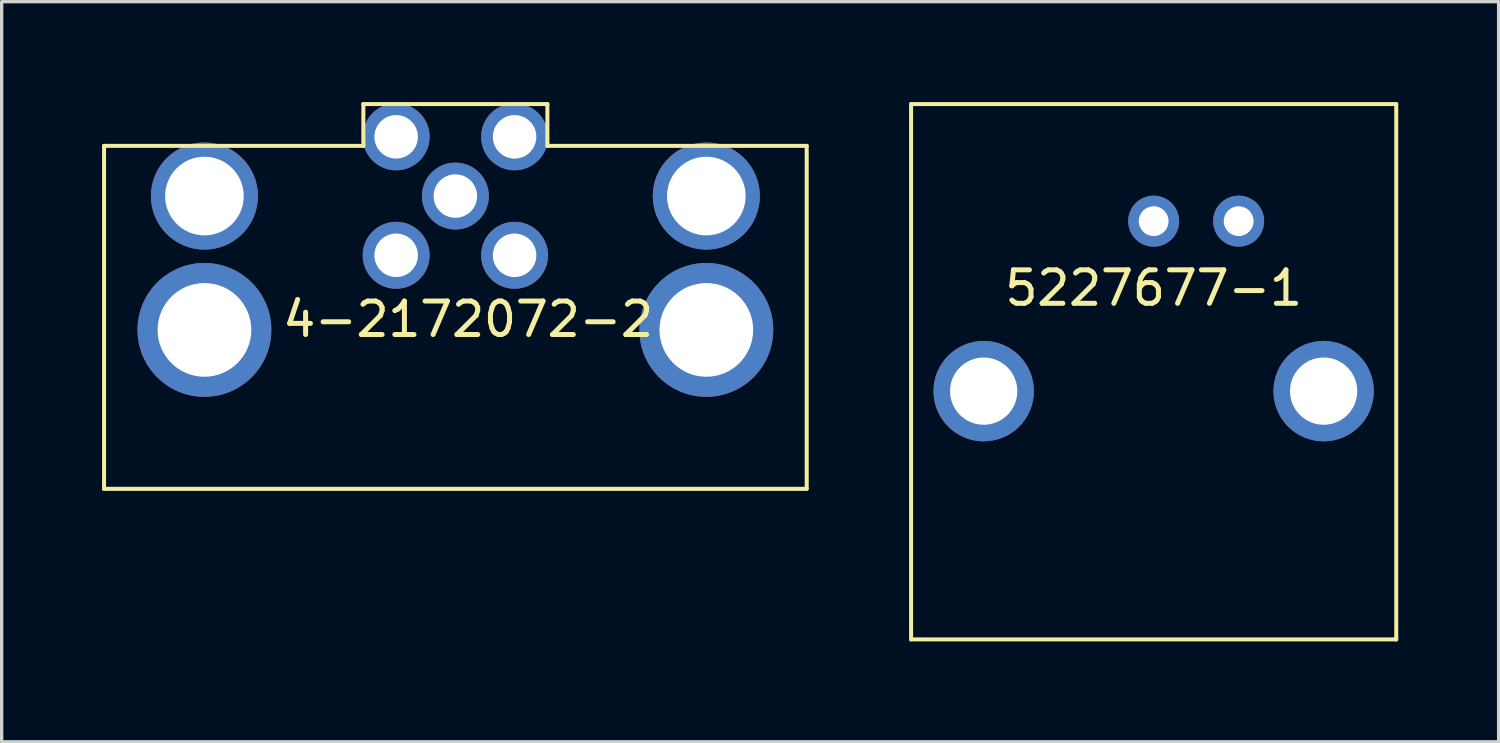
<source format=kicad_pcb>
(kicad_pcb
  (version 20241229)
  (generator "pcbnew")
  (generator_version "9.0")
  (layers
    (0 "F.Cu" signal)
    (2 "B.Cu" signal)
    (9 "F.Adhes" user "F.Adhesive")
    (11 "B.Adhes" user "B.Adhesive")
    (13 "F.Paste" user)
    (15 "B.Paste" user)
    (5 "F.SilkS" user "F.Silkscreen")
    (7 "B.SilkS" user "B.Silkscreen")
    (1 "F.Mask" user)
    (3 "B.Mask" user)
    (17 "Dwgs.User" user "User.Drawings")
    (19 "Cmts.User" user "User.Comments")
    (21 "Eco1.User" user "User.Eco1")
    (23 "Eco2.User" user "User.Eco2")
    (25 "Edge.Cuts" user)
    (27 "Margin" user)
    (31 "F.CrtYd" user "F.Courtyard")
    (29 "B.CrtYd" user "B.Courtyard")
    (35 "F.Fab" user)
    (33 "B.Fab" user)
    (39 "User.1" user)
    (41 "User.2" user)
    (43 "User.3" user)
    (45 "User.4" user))
  (footprint "5227677-1"
    (layer "F.Cu")
    (at 31.43 3.56)
    (property "Reference" "5227677-1" (at 0 2 0) (layer "F.SilkS") (effects (font (size 1 1) (thickness 0.15))))
    (attr through_hole)
    (fp_line (start -7.25 -3.5) (end 7.25 -3.5) (stroke (width 0.12) (type solid)) (layer "F.SilkS"))
    (fp_line (start -7.25 12.5) (end -7.25 -3.5) (stroke (width 0.12) (type solid)) (layer "F.SilkS"))
    (fp_line (start 7.25 -3.5) (end 7.25 12.5) (stroke (width 0.12) (type solid)) (layer "F.SilkS"))
    (fp_line (start 7.25 12.5) (end -7.25 12.5) (stroke (width 0.12) (type solid)) (layer "F.SilkS"))
    (pad "" thru_hole circle (at -5.08 5.08) (size 3 3) (drill 2.01) (layers "*.Cu" "*.Mask"))
    (pad "" thru_hole circle (at 5.08 5.08) (size 3 3) (drill 2.01) (layers "*.Cu" "*.Mask"))
    (pad "1" thru_hole circle (at 0 0) (size 1.524 1.524) (drill 0.89) (layers "*.Cu" "*.Mask"))
    (pad "2" thru_hole circle (at 2.54 0) (size 1.524 1.524) (drill 0.89) (layers "*.Cu" "*.Mask")))
  (footprint "4-2172072-2"
    (layer "F.Cu")
    (at 10.56 2.81)
    (property "Reference" "4-2172072-2" (at 0.381 3.683 0) (layer "F.SilkS") (effects (font (size 1 1) (thickness 0.15))))
    (attr through_hole)
    (fp_line (start -10.5 -1.5) (end -2.75 -1.5) (stroke (width 0.12) (type solid)) (layer "F.SilkS"))
    (fp_line (start -10.5 8.75) (end -10.5 -1.5) (stroke (width 0.12) (type solid)) (layer "F.SilkS"))
    (fp_line (start -10.5 8.75) (end 10.5 8.75) (stroke (width 0.12) (type solid)) (layer "F.SilkS"))
    (fp_line (start -2.75 -2.75) (end 2.75 -2.75) (stroke (width 0.12) (type solid)) (layer "F.SilkS"))
    (fp_line (start -2.75 -1.5) (end -2.75 -2.75) (stroke (width 0.12) (type solid)) (layer "F.SilkS"))
    (fp_line (start 2.75 -2.75) (end 2.75 -1.5) (stroke (width 0.12) (type solid)) (layer "F.SilkS"))
    (fp_line (start 2.75 -1.5) (end 10.5 -1.5) (stroke (width 0.12) (type solid)) (layer "F.SilkS"))
    (fp_line (start 10.5 8.75) (end 10.5 -1.5) (stroke (width 0.12) (type solid)) (layer "F.SilkS"))
    (pad "" thru_hole circle (at -7.5 0) (size 3.2 3.2) (drill 2.35) (layers "*.Cu" "*.Mask"))
    (pad "" thru_hole circle (at -7.5 4) (size 4 4) (drill 2.8) (layers "*.Cu" "*.Mask"))
    (pad "" thru_hole circle (at 7.5 0) (size 3.2 3.2) (drill 2.35) (layers "*.Cu" "*.Mask"))
    (pad "" thru_hole circle (at 7.5 4) (size 4 4) (drill 2.8) (layers "*.Cu" "*.Mask"))
    (pad "1" thru_hole circle (at 1.77 1.77) (size 2 2) (drill 1.3) (layers "*.Cu" "*.Mask"))
    (pad "2" thru_hole circle (at -1.77 1.77) (size 2 2) (drill 1.3) (layers "*.Cu" "*.Mask"))
    (pad "3" thru_hole circle (at -1.77 -1.77) (size 2 2) (drill 1.3) (layers "*.Cu" "*.Mask"))
    (pad "4" thru_hole circle (at 1.77 -1.77) (size 2 2) (drill 1.3) (layers "*.Cu" "*.Mask"))
    (pad "5" thru_hole circle (at 0 0) (size 2 2) (drill 1.3) (layers "*.Cu" "*.Mask")))
  (gr_rect
    (start -3 -3)
    (end 41.74 19.12)
    (stroke (width 0.1) (type default))
    (fill no)
    (layer "Edge.Cuts")))
</source>
